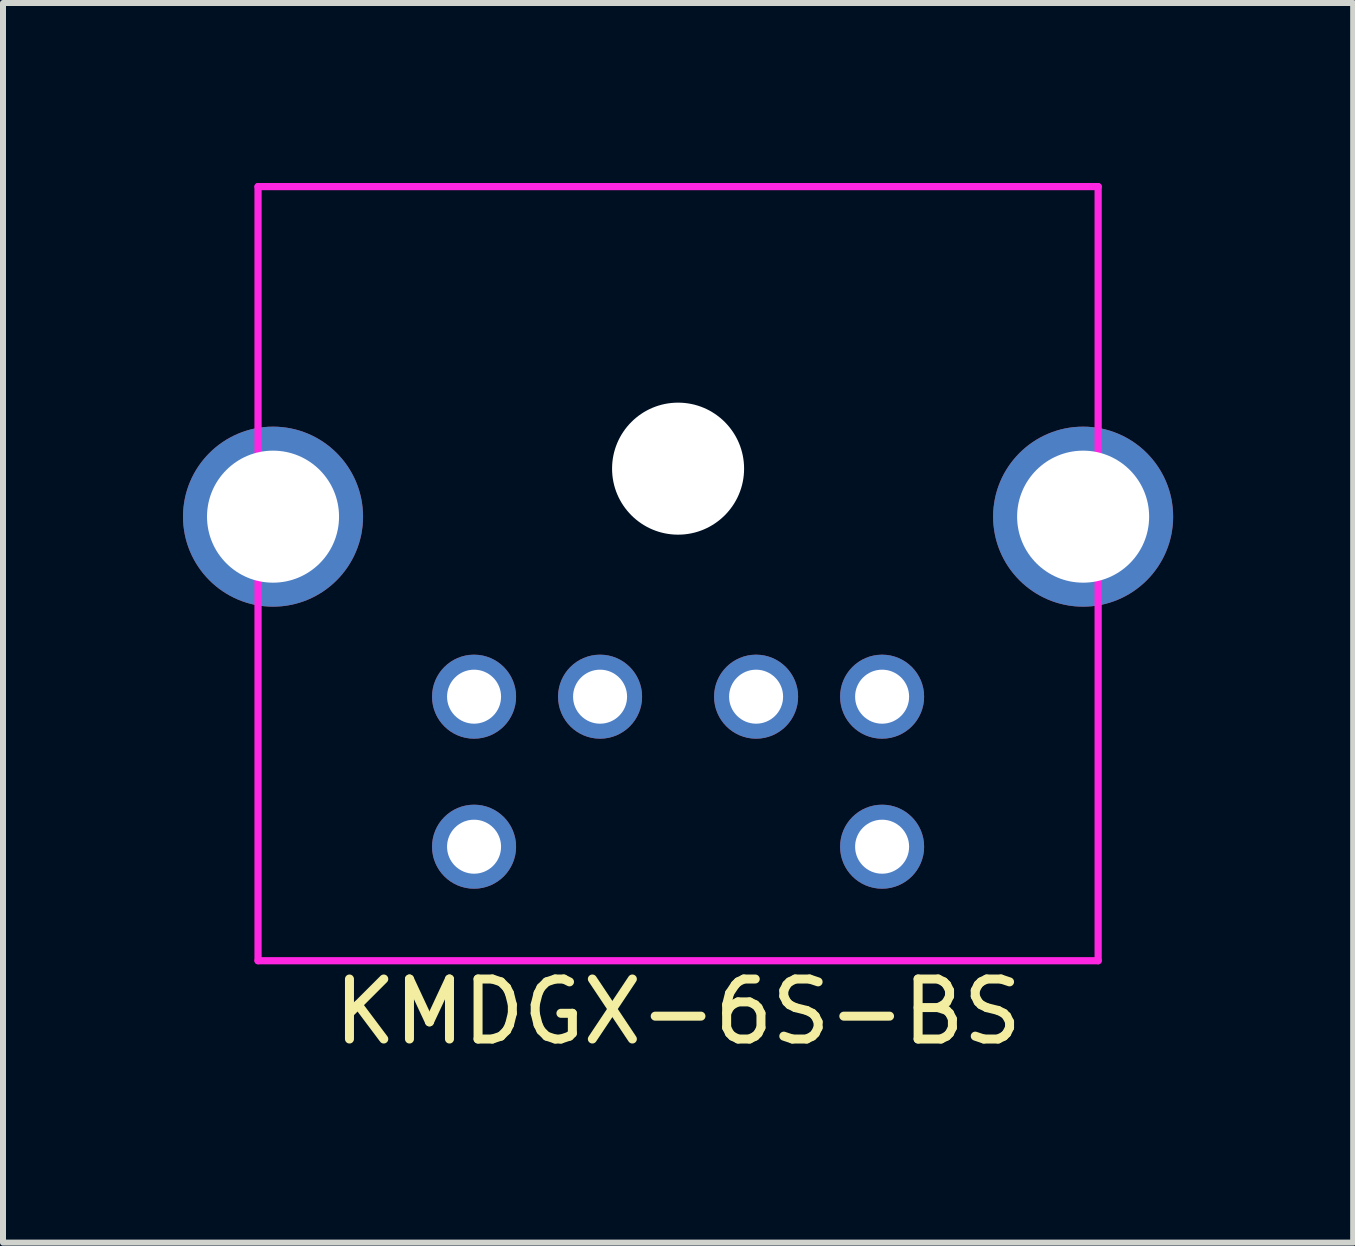
<source format=kicad_pcb>
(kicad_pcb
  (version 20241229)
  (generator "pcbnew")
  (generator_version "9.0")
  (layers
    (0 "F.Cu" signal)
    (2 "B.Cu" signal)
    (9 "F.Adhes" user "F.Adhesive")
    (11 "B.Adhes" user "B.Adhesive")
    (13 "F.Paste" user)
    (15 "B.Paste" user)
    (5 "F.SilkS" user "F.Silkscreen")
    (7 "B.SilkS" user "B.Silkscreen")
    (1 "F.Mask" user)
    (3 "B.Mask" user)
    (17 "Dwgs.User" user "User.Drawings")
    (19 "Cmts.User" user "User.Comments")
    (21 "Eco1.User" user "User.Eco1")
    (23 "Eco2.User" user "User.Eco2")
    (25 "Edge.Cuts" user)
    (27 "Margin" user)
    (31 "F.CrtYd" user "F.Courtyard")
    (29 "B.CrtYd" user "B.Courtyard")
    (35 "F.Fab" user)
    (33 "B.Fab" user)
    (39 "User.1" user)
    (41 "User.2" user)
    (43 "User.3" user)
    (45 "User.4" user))
  (footprint "KMDGX-6S-BS"
    (layer "F.Cu")
    (at 8.25 4.76)
    (property "Reference" "KMDGX-6S-BS" (at 0 9.05 180) (layer "F.SilkS") (effects (font (size 1 1) (thickness 0.15))))
    (attr through_hole)
    (fp_line (start -7 -4.7) (end -7 8.2) (stroke (width 0.12) (type solid)) (layer "F.CrtYd"))
    (fp_line (start -7 8.2) (end 7 8.2) (stroke (width 0.12) (type solid)) (layer "F.CrtYd"))
    (fp_line (start 7 -4.7) (end -7 -4.7) (stroke (width 0.12) (type solid)) (layer "F.CrtYd"))
    (fp_line (start 7 8.2) (end 7 -4.7) (stroke (width 0.12) (type solid)) (layer "F.CrtYd"))
    (pad "" np_thru_hole circle (at 0 0 180) (size 2.2 2.2) (drill 2.2) (layers "*.Cu" "*.Mask"))
    (pad "1" thru_hole circle (at -1.3 3.8 180) (size 1.4 1.4) (drill 0.9) (layers "*.Cu" "*.Mask"))
    (pad "2" thru_hole circle (at 1.3 3.8 180) (size 1.4 1.4) (drill 0.9) (layers "*.Cu" "*.Mask"))
    (pad "3" thru_hole circle (at -3.4 3.8 180) (size 1.4 1.4) (drill 0.9) (layers "*.Cu" "*.Mask"))
    (pad "4" thru_hole circle (at 3.4 3.8 180) (size 1.4 1.4) (drill 0.9) (layers "*.Cu" "*.Mask"))
    (pad "5" thru_hole circle (at -3.4 6.3 180) (size 1.4 1.4) (drill 0.9) (layers "*.Cu" "*.Mask"))
    (pad "6" thru_hole circle (at 3.4 6.3 180) (size 1.4 1.4) (drill 0.9) (layers "*.Cu" "*.Mask"))
    (pad "SH" thru_hole circle (at -6.75 0.8 180) (size 3 3) (drill 2.2) (layers "*.Cu" "*.Mask"))
    (pad "SH" thru_hole circle (at 6.75 0.8 180) (size 3 3) (drill 2.2) (layers "*.Cu" "*.Mask")))
  (gr_rect
    (start -3 -3)
    (end 19.5 17.658)
    (stroke (width 0.1) (type default))
    (fill no)
    (layer "Edge.Cuts")))
</source>
